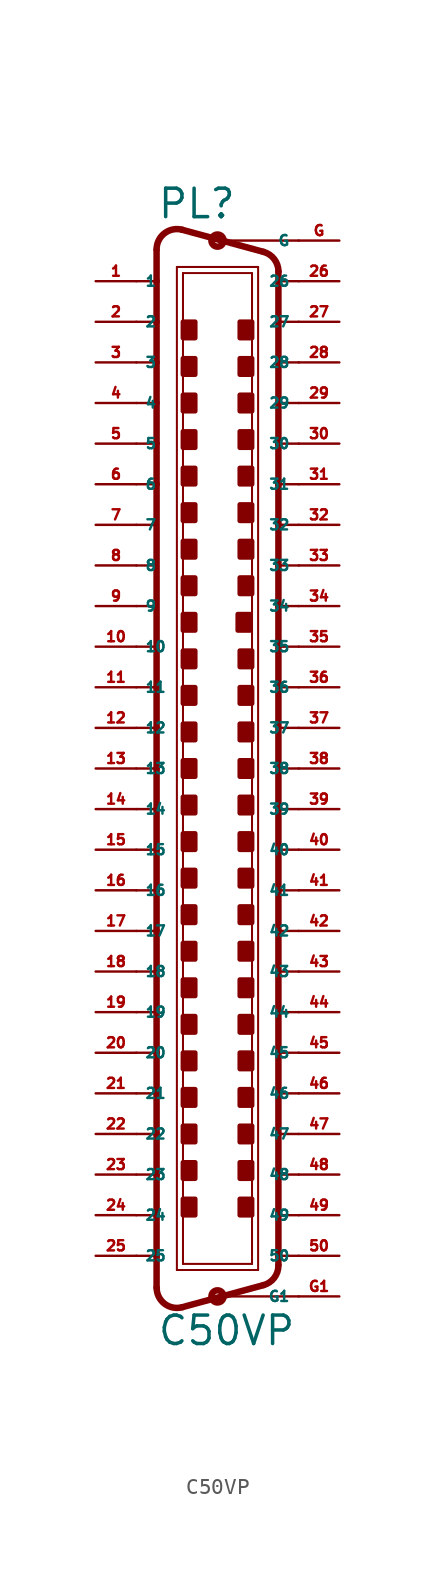
<source format=kicad_sym>
(kicad_symbol_lib
  (version 20220914)
  (generator Eagle2Kicad)
  (symbol "C50VP"
    (property "Reference" "PL"
      (at -3.81 34.29 0)
      (effects (font (size 1.778 1.778) (thickness 0.22)) (justify left bottom)))
    (property "Value" "C50VP"
      (at -3.81 -36.195 0)
      (effects (font (size 1.778 1.778) (thickness 0.22)) (justify left bottom)))
    (polyline
      (pts (xy -2.54 31.369) (xy 2.54 31.369))
      (stroke (width 0.127) (type default))
      (fill (type none)))
    (polyline
      (pts (xy -2.54 -31.369) (xy 2.54 -31.369))
      (stroke (width 0.127) (type default))
      (fill (type none)))
    (polyline
      (pts (xy -2.159 30.988) (xy 2.159 30.988))
      (stroke (width 0.127) (type default))
      (fill (type none)))
    (polyline
      (pts (xy 2.159 -30.988) (xy -2.159 -30.988))
      (stroke (width 0.127) (type default))
      (fill (type none)))
    (polyline
      (pts (xy 2.873 32.315) (xy -2.207 33.695))
      (stroke (width 0.406) (type default))
      (fill (type none)))
    (polyline
      (pts (xy 2.873 -32.315) (xy -2.207 -33.695))
      (stroke (width 0.406) (type default))
      (fill (type none)))
    (polyline
      (pts (xy -2.54 -31.369) (xy -2.54 31.369))
      (stroke (width 0.127) (type default))
      (fill (type none)))
    (polyline
      (pts (xy -3.81 32.424) (xy -3.81 30.48))
      (stroke (width 0.406) (type default))
      (fill (type none)))
    (polyline
      (pts (xy -3.81 30.48) (xy -3.81 27.94))
      (stroke (width 0.406) (type default))
      (fill (type none)))
    (polyline
      (pts (xy -3.81 27.94) (xy -3.81 25.4))
      (stroke (width 0.406) (type default))
      (fill (type none)))
    (polyline
      (pts (xy -3.81 25.4) (xy -3.81 22.86))
      (stroke (width 0.406) (type default))
      (fill (type none)))
    (polyline
      (pts (xy -3.81 22.86) (xy -3.81 20.32))
      (stroke (width 0.406) (type default))
      (fill (type none)))
    (polyline
      (pts (xy -3.81 20.32) (xy -3.81 17.78))
      (stroke (width 0.406) (type default))
      (fill (type none)))
    (polyline
      (pts (xy -3.81 17.78) (xy -3.81 5.08))
      (stroke (width 0.406) (type default))
      (fill (type none)))
    (polyline
      (pts (xy -3.81 5.08) (xy -3.81 2.54))
      (stroke (width 0.406) (type default))
      (fill (type none)))
    (polyline
      (pts (xy -3.81 2.54) (xy -3.81 0))
      (stroke (width 0.406) (type default))
      (fill (type none)))
    (polyline
      (pts (xy -3.81 0) (xy -3.81 -2.54))
      (stroke (width 0.406) (type default))
      (fill (type none)))
    (polyline
      (pts (xy -3.81 -2.54) (xy -3.81 -5.08))
      (stroke (width 0.406) (type default))
      (fill (type none)))
    (polyline
      (pts (xy -3.81 -5.08) (xy -3.81 -7.62))
      (stroke (width 0.406) (type default))
      (fill (type none)))
    (polyline
      (pts (xy -3.81 -7.62) (xy -3.81 -10.16))
      (stroke (width 0.406) (type default))
      (fill (type none)))
    (polyline
      (pts (xy -3.81 -10.16) (xy -3.81 -17.78))
      (stroke (width 0.406) (type default))
      (fill (type none)))
    (polyline
      (pts (xy -3.81 -17.78) (xy -3.81 -20.32))
      (stroke (width 0.406) (type default))
      (fill (type none)))
    (polyline
      (pts (xy -3.81 -20.32) (xy -3.81 -22.86))
      (stroke (width 0.406) (type default))
      (fill (type none)))
    (polyline
      (pts (xy -3.81 -22.86) (xy -3.81 -25.4))
      (stroke (width 0.406) (type default))
      (fill (type none)))
    (polyline
      (pts (xy -3.81 -25.4) (xy -3.81 -27.94))
      (stroke (width 0.406) (type default))
      (fill (type none)))
    (polyline
      (pts (xy -3.81 -27.94) (xy -3.81 -30.48))
      (stroke (width 0.406) (type default))
      (fill (type none)))
    (polyline
      (pts (xy -3.81 -30.48) (xy -3.81 -32.47))
      (stroke (width 0.406) (type default))
      (fill (type none)))
    (arc
      (start -3.81 -32.4698)
      (mid -3.311 -33.479)
      (end -2.207 -33.6954)
      (stroke (width 0.4064) (type default))
      (fill (type none)))
    (arc
      (start -2.207 33.6953)
      (mid -3.311 33.479)
      (end -3.81 32.4698)
      (stroke (width 0.4064) (type default))
      (fill (type none)))
    (polyline
      (pts (xy -2.159 -30.988) (xy -2.159 30.988))
      (stroke (width 0.127) (type default))
      (fill (type none)))
    (polyline
      (pts (xy 2.54 -31.369) (xy 2.54 31.369))
      (stroke (width 0.127) (type default))
      (fill (type none)))
    (polyline
      (pts (xy 3.81 -31.044) (xy 3.81 -30.48))
      (stroke (width 0.406) (type default))
      (fill (type none)))
    (polyline
      (pts (xy 3.81 -30.48) (xy 3.81 -27.94))
      (stroke (width 0.406) (type default))
      (fill (type none)))
    (polyline
      (pts (xy 3.81 -27.94) (xy 3.81 -25.4))
      (stroke (width 0.406) (type default))
      (fill (type none)))
    (polyline
      (pts (xy 3.81 -25.4) (xy 3.81 -22.86))
      (stroke (width 0.406) (type default))
      (fill (type none)))
    (polyline
      (pts (xy 3.81 -22.86) (xy 3.81 -20.32))
      (stroke (width 0.406) (type default))
      (fill (type none)))
    (polyline
      (pts (xy 3.81 -20.32) (xy 3.81 -17.78))
      (stroke (width 0.406) (type default))
      (fill (type none)))
    (polyline
      (pts (xy 3.81 -17.78) (xy 3.81 -10.16))
      (stroke (width 0.406) (type default))
      (fill (type none)))
    (polyline
      (pts (xy 3.81 -10.16) (xy 3.81 -7.62))
      (stroke (width 0.406) (type default))
      (fill (type none)))
    (polyline
      (pts (xy 3.81 -7.62) (xy 3.81 -5.08))
      (stroke (width 0.406) (type default))
      (fill (type none)))
    (polyline
      (pts (xy 3.81 -5.08) (xy 3.81 -2.54))
      (stroke (width 0.406) (type default))
      (fill (type none)))
    (polyline
      (pts (xy 3.81 -2.54) (xy 3.81 10.16))
      (stroke (width 0.406) (type default))
      (fill (type none)))
    (polyline
      (pts (xy 3.81 10.16) (xy 3.81 12.7))
      (stroke (width 0.406) (type default))
      (fill (type none)))
    (polyline
      (pts (xy 3.81 12.7) (xy 3.81 15.24))
      (stroke (width 0.406) (type default))
      (fill (type none)))
    (polyline
      (pts (xy 3.81 15.24) (xy 3.81 17.78))
      (stroke (width 0.406) (type default))
      (fill (type none)))
    (polyline
      (pts (xy 3.81 17.78) (xy 3.81 20.32))
      (stroke (width 0.406) (type default))
      (fill (type none)))
    (polyline
      (pts (xy 3.81 20.32) (xy 3.81 22.86))
      (stroke (width 0.406) (type default))
      (fill (type none)))
    (polyline
      (pts (xy 3.81 22.86) (xy 3.81 25.4))
      (stroke (width 0.406) (type default))
      (fill (type none)))
    (polyline
      (pts (xy 3.81 25.4) (xy 3.81 27.94))
      (stroke (width 0.406) (type default))
      (fill (type none)))
    (polyline
      (pts (xy 3.81 27.94) (xy 3.81 30.48))
      (stroke (width 0.406) (type default))
      (fill (type none)))
    (polyline
      (pts (xy 3.81 30.48) (xy 3.81 31.09))
      (stroke (width 0.406) (type default))
      (fill (type none)))
    (arc
      (start 2.873 -32.3151)
      (mid 3.549 -31.861)
      (end 3.81 -31.0896)
      (stroke (width 0.4064) (type default))
      (fill (type none)))
    (polyline
      (pts (xy 2.159 30.988) (xy 2.159 -30.988))
      (stroke (width 0.127) (type default))
      (fill (type none)))
    (arc
      (start 3.81 31.0896)
      (mid 3.549 31.861)
      (end 2.873 32.3152)
      (stroke (width 0.4064) (type default))
      (fill (type none)))
    (polyline
      (pts (xy -5.08 30.48) (xy -3.81 30.48))
      (stroke (width 0.152) (type default))
      (fill (type none)))
    (polyline
      (pts (xy -5.08 27.94) (xy -3.81 27.94))
      (stroke (width 0.152) (type default))
      (fill (type none)))
    (polyline
      (pts (xy -5.08 25.4) (xy -3.81 25.4))
      (stroke (width 0.152) (type default))
      (fill (type none)))
    (polyline
      (pts (xy -5.08 -22.86) (xy -3.81 -22.86))
      (stroke (width 0.152) (type default))
      (fill (type none)))
    (polyline
      (pts (xy -5.08 -25.4) (xy -3.81 -25.4))
      (stroke (width 0.152) (type default))
      (fill (type none)))
    (polyline
      (pts (xy -5.08 -27.94) (xy -3.81 -27.94))
      (stroke (width 0.152) (type default))
      (fill (type none)))
    (polyline
      (pts (xy -5.08 -30.48) (xy -3.81 -30.48))
      (stroke (width 0.152) (type default))
      (fill (type none)))
    (polyline
      (pts (xy 5.08 -30.48) (xy 3.81 -30.48))
      (stroke (width 0.152) (type default))
      (fill (type none)))
    (polyline
      (pts (xy 5.08 -27.94) (xy 3.81 -27.94))
      (stroke (width 0.152) (type default))
      (fill (type none)))
    (polyline
      (pts (xy 5.08 -25.4) (xy 3.81 -25.4))
      (stroke (width 0.152) (type default))
      (fill (type none)))
    (polyline
      (pts (xy 5.08 -22.86) (xy 3.81 -22.86))
      (stroke (width 0.152) (type default))
      (fill (type none)))
    (polyline
      (pts (xy 5.08 25.4) (xy 3.81 25.4))
      (stroke (width 0.152) (type default))
      (fill (type none)))
    (polyline
      (pts (xy 5.08 27.94) (xy 3.81 27.94))
      (stroke (width 0.152) (type default))
      (fill (type none)))
    (polyline
      (pts (xy 5.08 30.48) (xy 3.81 30.48))
      (stroke (width 0.152) (type default))
      (fill (type none)))
    (polyline
      (pts (xy 5.08 22.86) (xy 3.81 22.86))
      (stroke (width 0.152) (type default))
      (fill (type none)))
    (polyline
      (pts (xy 5.08 20.32) (xy 3.81 20.32))
      (stroke (width 0.152) (type default))
      (fill (type none)))
    (polyline
      (pts (xy 5.08 17.78) (xy 3.81 17.78))
      (stroke (width 0.152) (type default))
      (fill (type none)))
    (polyline
      (pts (xy 5.08 -17.78) (xy 3.81 -17.78))
      (stroke (width 0.152) (type default))
      (fill (type none)))
    (polyline
      (pts (xy 5.08 -20.32) (xy 3.81 -20.32))
      (stroke (width 0.152) (type default))
      (fill (type none)))
    (polyline
      (pts (xy -3.81 22.86) (xy -5.08 22.86))
      (stroke (width 0.152) (type default))
      (fill (type none)))
    (polyline
      (pts (xy -3.81 20.32) (xy -5.08 20.32))
      (stroke (width 0.152) (type default))
      (fill (type none)))
    (polyline
      (pts (xy -3.81 17.78) (xy -5.08 17.78))
      (stroke (width 0.152) (type default))
      (fill (type none)))
    (polyline
      (pts (xy -3.81 -17.78) (xy -5.08 -17.78))
      (stroke (width 0.152) (type default))
      (fill (type none)))
    (polyline
      (pts (xy -3.81 -20.32) (xy -5.08 -20.32))
      (stroke (width 0.152) (type default))
      (fill (type none)))
    (polyline
      (pts (xy -5.08 10.16) (xy -3.81 10.16))
      (stroke (width 0.152) (type default))
      (fill (type none)))
    (polyline
      (pts (xy -5.08 7.62) (xy -3.81 7.62))
      (stroke (width 0.152) (type default))
      (fill (type none)))
    (polyline
      (pts (xy -5.08 -12.7) (xy -3.81 -12.7))
      (stroke (width 0.152) (type default))
      (fill (type none)))
    (polyline
      (pts (xy -5.08 -15.24) (xy -3.81 -15.24))
      (stroke (width 0.152) (type default))
      (fill (type none)))
    (polyline
      (pts (xy -3.81 15.24) (xy -5.08 15.24))
      (stroke (width 0.152) (type default))
      (fill (type none)))
    (polyline
      (pts (xy -3.81 12.7) (xy -5.08 12.7))
      (stroke (width 0.152) (type default))
      (fill (type none)))
    (polyline
      (pts (xy 5.08 0) (xy 3.81 0))
      (stroke (width 0.152) (type default))
      (fill (type none)))
    (polyline
      (pts (xy 5.08 2.54) (xy 3.81 2.54))
      (stroke (width 0.152) (type default))
      (fill (type none)))
    (polyline
      (pts (xy 5.08 5.08) (xy 3.81 5.08))
      (stroke (width 0.152) (type default))
      (fill (type none)))
    (polyline
      (pts (xy 5.08 7.62) (xy 3.81 7.62))
      (stroke (width 0.152) (type default))
      (fill (type none)))
    (polyline
      (pts (xy 3.81 -15.24) (xy 5.08 -15.24))
      (stroke (width 0.152) (type default))
      (fill (type none)))
    (polyline
      (pts (xy 3.81 -12.7) (xy 5.08 -12.7))
      (stroke (width 0.152) (type default))
      (fill (type none)))
    (polyline
      (pts (xy 5.08 33.02) (xy 0 33.02))
      (stroke (width 0.152) (type default))
      (fill (type none)))
    (polyline
      (pts (xy -5.08 5.08) (xy -3.81 5.08))
      (stroke (width 0.152) (type default))
      (fill (type none)))
    (polyline
      (pts (xy -5.08 2.54) (xy -3.81 2.54))
      (stroke (width 0.152) (type default))
      (fill (type none)))
    (polyline
      (pts (xy -5.08 0) (xy -3.81 0))
      (stroke (width 0.152) (type default))
      (fill (type none)))
    (polyline
      (pts (xy -5.08 -2.54) (xy -3.81 -2.54))
      (stroke (width 0.152) (type default))
      (fill (type none)))
    (polyline
      (pts (xy -5.08 -5.08) (xy -3.81 -5.08))
      (stroke (width 0.152) (type default))
      (fill (type none)))
    (polyline
      (pts (xy -5.08 -7.62) (xy -3.81 -7.62))
      (stroke (width 0.152) (type default))
      (fill (type none)))
    (polyline
      (pts (xy 5.08 -2.54) (xy 3.81 -2.54))
      (stroke (width 0.152) (type default))
      (fill (type none)))
    (polyline
      (pts (xy 5.08 -5.08) (xy 3.81 -5.08))
      (stroke (width 0.152) (type default))
      (fill (type none)))
    (polyline
      (pts (xy 5.08 -7.62) (xy 3.81 -7.62))
      (stroke (width 0.152) (type default))
      (fill (type none)))
    (polyline
      (pts (xy 5.08 -10.16) (xy 3.81 -10.16))
      (stroke (width 0.152) (type default))
      (fill (type none)))
    (polyline
      (pts (xy -5.08 -10.16) (xy -3.81 -10.16))
      (stroke (width 0.152) (type default))
      (fill (type none)))
    (polyline
      (pts (xy 5.08 -33.02) (xy 0 -33.02))
      (stroke (width 0.152) (type default))
      (fill (type none)))
    (polyline
      (pts (xy 5.08 10.16) (xy 3.81 10.16))
      (stroke (width 0.152) (type default))
      (fill (type none)))
    (polyline
      (pts (xy 5.08 12.7) (xy 3.81 12.7))
      (stroke (width 0.152) (type default))
      (fill (type none)))
    (polyline
      (pts (xy 5.08 15.24) (xy 3.81 15.24))
      (stroke (width 0.152) (type default))
      (fill (type none)))
    (circle
      (center 0 33.02)
      (radius 0.381)
      (stroke (width 0.406) (type default))
      (fill (type none)))
    (circle
      (center 0 -33.02)
      (radius 0.381)
      (stroke (width 0.406) (type default))
      (fill (type none)))
    (rectangle
      (start -2.159 26.924)
      (end -1.397 27.94)
      (stroke (width 0.3) (type default))
      (fill (type outline)))
    (rectangle
      (start -2.159 24.638)
      (end -1.397 25.654)
      (stroke (width 0.3) (type default))
      (fill (type outline)))
    (rectangle
      (start 1.397 26.924)
      (end 2.159 27.94)
      (stroke (width 0.3) (type default))
      (fill (type outline)))
    (rectangle
      (start 1.397 24.638)
      (end 2.159 25.654)
      (stroke (width 0.3) (type default))
      (fill (type outline)))
    (rectangle
      (start -2.159 22.352)
      (end -1.397 23.368)
      (stroke (width 0.3) (type default))
      (fill (type outline)))
    (rectangle
      (start -2.159 20.066)
      (end -1.397 21.082)
      (stroke (width 0.3) (type default))
      (fill (type outline)))
    (rectangle
      (start 1.397 22.352)
      (end 2.159 23.368)
      (stroke (width 0.3) (type default))
      (fill (type outline)))
    (rectangle
      (start 1.397 20.066)
      (end 2.159 21.082)
      (stroke (width 0.3) (type default))
      (fill (type outline)))
    (rectangle
      (start -2.159 17.78)
      (end -1.397 18.796)
      (stroke (width 0.3) (type default))
      (fill (type outline)))
    (rectangle
      (start -2.159 -21.082)
      (end -1.397 -20.066)
      (stroke (width 0.3) (type default))
      (fill (type outline)))
    (rectangle
      (start 1.397 -21.082)
      (end 2.159 -20.066)
      (stroke (width 0.3) (type default))
      (fill (type outline)))
    (rectangle
      (start 1.397 -23.368)
      (end 2.159 -22.352)
      (stroke (width 0.3) (type default))
      (fill (type outline)))
    (rectangle
      (start -2.159 -23.368)
      (end -1.397 -22.352)
      (stroke (width 0.3) (type default))
      (fill (type outline)))
    (rectangle
      (start -2.159 -25.654)
      (end -1.397 -24.638)
      (stroke (width 0.3) (type default))
      (fill (type outline)))
    (rectangle
      (start 1.397 -18.796)
      (end 2.159 -17.78)
      (stroke (width 0.3) (type default))
      (fill (type outline)))
    (rectangle
      (start 1.397 -25.654)
      (end 2.159 -24.638)
      (stroke (width 0.3) (type default))
      (fill (type outline)))
    (rectangle
      (start -2.159 -27.94)
      (end -1.397 -26.924)
      (stroke (width 0.3) (type default))
      (fill (type outline)))
    (rectangle
      (start 1.397 -27.94)
      (end 2.159 -26.924)
      (stroke (width 0.3) (type default))
      (fill (type outline)))
    (rectangle
      (start -2.159 15.494)
      (end -1.397 16.51)
      (stroke (width 0.3) (type default))
      (fill (type outline)))
    (rectangle
      (start -2.159 -16.51)
      (end -1.397 -15.494)
      (stroke (width 0.3) (type default))
      (fill (type outline)))
    (rectangle
      (start -2.159 -18.796)
      (end -1.397 -17.78)
      (stroke (width 0.3) (type default))
      (fill (type outline)))
    (rectangle
      (start 1.397 -16.51)
      (end 2.159 -15.494)
      (stroke (width 0.3) (type default))
      (fill (type outline)))
    (rectangle
      (start 1.397 15.494)
      (end 2.159 16.51)
      (stroke (width 0.3) (type default))
      (fill (type outline)))
    (rectangle
      (start 1.397 17.78)
      (end 2.159 18.796)
      (stroke (width 0.3) (type default))
      (fill (type outline)))
    (rectangle
      (start -2.159 6.35)
      (end -1.397 7.366)
      (stroke (width 0.3) (type default))
      (fill (type outline)))
    (rectangle
      (start -2.159 4.064)
      (end -1.397 5.08)
      (stroke (width 0.3) (type default))
      (fill (type outline)))
    (rectangle
      (start -2.159 1.778)
      (end -1.397 2.794)
      (stroke (width 0.3) (type default))
      (fill (type outline)))
    (rectangle
      (start -2.159 -0.508)
      (end -1.397 0.508)
      (stroke (width 0.3) (type default))
      (fill (type outline)))
    (rectangle
      (start -2.159 -11.938)
      (end -1.397 -10.922)
      (stroke (width 0.3) (type default))
      (fill (type outline)))
    (rectangle
      (start -2.159 -14.224)
      (end -1.397 -13.208)
      (stroke (width 0.3) (type default))
      (fill (type outline)))
    (rectangle
      (start 1.397 6.35)
      (end 2.159 7.366)
      (stroke (width 0.3) (type default))
      (fill (type outline)))
    (rectangle
      (start 1.397 4.064)
      (end 2.159 5.08)
      (stroke (width 0.3) (type default))
      (fill (type outline)))
    (rectangle
      (start 1.397 1.778)
      (end 2.159 2.794)
      (stroke (width 0.3) (type default))
      (fill (type outline)))
    (rectangle
      (start 1.397 -0.508)
      (end 2.159 0.508)
      (stroke (width 0.3) (type default))
      (fill (type outline)))
    (rectangle
      (start 1.397 -11.938)
      (end 2.159 -10.922)
      (stroke (width 0.3) (type default))
      (fill (type outline)))
    (rectangle
      (start 1.397 -14.224)
      (end 2.159 -13.208)
      (stroke (width 0.3) (type default))
      (fill (type outline)))
    (rectangle
      (start -2.159 13.208)
      (end -1.397 14.224)
      (stroke (width 0.3) (type default))
      (fill (type outline)))
    (rectangle
      (start 1.397 13.208)
      (end 2.159 14.224)
      (stroke (width 0.3) (type default))
      (fill (type outline)))
    (rectangle
      (start -2.159 10.922)
      (end -1.397 11.938)
      (stroke (width 0.3) (type default))
      (fill (type outline)))
    (rectangle
      (start 1.397 10.922)
      (end 2.159 11.938)
      (stroke (width 0.3) (type default))
      (fill (type outline)))
    (rectangle
      (start -2.159 8.636)
      (end -1.397 9.652)
      (stroke (width 0.3) (type default))
      (fill (type outline)))
    (rectangle
      (start 1.27 8.636)
      (end 2.032 9.652)
      (stroke (width 0.3) (type default))
      (fill (type outline)))
    (rectangle
      (start -2.159 -2.794)
      (end -1.397 -1.778)
      (stroke (width 0.3) (type default))
      (fill (type outline)))
    (rectangle
      (start -2.159 -5.08)
      (end -1.397 -4.064)
      (stroke (width 0.3) (type default))
      (fill (type outline)))
    (rectangle
      (start -2.159 -7.366)
      (end -1.397 -6.35)
      (stroke (width 0.3) (type default))
      (fill (type outline)))
    (rectangle
      (start -2.159 -9.652)
      (end -1.397 -8.636)
      (stroke (width 0.3) (type default))
      (fill (type outline)))
    (rectangle
      (start 1.397 -2.794)
      (end 2.159 -1.778)
      (stroke (width 0.3) (type default))
      (fill (type outline)))
    (rectangle
      (start 1.397 -5.08)
      (end 2.159 -4.064)
      (stroke (width 0.3) (type default))
      (fill (type outline)))
    (rectangle
      (start 1.397 -7.366)
      (end 2.159 -6.35)
      (stroke (width 0.3) (type default))
      (fill (type outline)))
    (rectangle
      (start 1.397 -9.652)
      (end 2.159 -8.636)
      (stroke (width 0.3) (type default))
      (fill (type outline)))
    (pin passive line
      (at 7.62 33.02 180)
      (length 2.54)
      (name "G" (effects (font (size 0.635 0.635) (thickness 0.08)) (justify left bottom)))
      (number "G" (effects (font (size 0.635 0.635) (thickness 0.08)) (justify left bottom))))
    (pin passive line
      (at 7.62 -33.02 180)
      (length 2.54)
      (name "G1" (effects (font (size 0.635 0.635) (thickness 0.08)) (justify left bottom)))
      (number "G1" (effects (font (size 0.635 0.635) (thickness 0.08)) (justify left bottom))))
    (pin passive line
      (at -7.62 30.48 0)
      (length 2.54)
      (name "1" (effects (font (size 0.635 0.635) (thickness 0.08)) (justify left bottom)))
      (number "1" (effects (font (size 0.635 0.635) (thickness 0.08)) (justify left bottom))))
    (pin passive line
      (at -7.62 27.94 0)
      (length 2.54)
      (name "2" (effects (font (size 0.635 0.635) (thickness 0.08)) (justify left bottom)))
      (number "2" (effects (font (size 0.635 0.635) (thickness 0.08)) (justify left bottom))))
    (pin passive line
      (at -7.62 25.4 0)
      (length 2.54)
      (name "3" (effects (font (size 0.635 0.635) (thickness 0.08)) (justify left bottom)))
      (number "3" (effects (font (size 0.635 0.635) (thickness 0.08)) (justify left bottom))))
    (pin passive line
      (at -7.62 22.86 0)
      (length 2.54)
      (name "4" (effects (font (size 0.635 0.635) (thickness 0.08)) (justify left bottom)))
      (number "4" (effects (font (size 0.635 0.635) (thickness 0.08)) (justify left bottom))))
    (pin passive line
      (at -7.62 20.32 0)
      (length 2.54)
      (name "5" (effects (font (size 0.635 0.635) (thickness 0.08)) (justify left bottom)))
      (number "5" (effects (font (size 0.635 0.635) (thickness 0.08)) (justify left bottom))))
    (pin passive line
      (at -7.62 17.78 0)
      (length 2.54)
      (name "6" (effects (font (size 0.635 0.635) (thickness 0.08)) (justify left bottom)))
      (number "6" (effects (font (size 0.635 0.635) (thickness 0.08)) (justify left bottom))))
    (pin passive line
      (at -7.62 15.24 0)
      (length 2.54)
      (name "7" (effects (font (size 0.635 0.635) (thickness 0.08)) (justify left bottom)))
      (number "7" (effects (font (size 0.635 0.635) (thickness 0.08)) (justify left bottom))))
    (pin passive line
      (at -7.62 12.7 0)
      (length 2.54)
      (name "8" (effects (font (size 0.635 0.635) (thickness 0.08)) (justify left bottom)))
      (number "8" (effects (font (size 0.635 0.635) (thickness 0.08)) (justify left bottom))))
    (pin passive line
      (at -7.62 10.16 0)
      (length 2.54)
      (name "9" (effects (font (size 0.635 0.635) (thickness 0.08)) (justify left bottom)))
      (number "9" (effects (font (size 0.635 0.635) (thickness 0.08)) (justify left bottom))))
    (pin passive line
      (at -7.62 7.62 0)
      (length 2.54)
      (name "10" (effects (font (size 0.635 0.635) (thickness 0.08)) (justify left bottom)))
      (number "10" (effects (font (size 0.635 0.635) (thickness 0.08)) (justify left bottom))))
    (pin passive line
      (at -7.62 5.08 0)
      (length 2.54)
      (name "11" (effects (font (size 0.635 0.635) (thickness 0.08)) (justify left bottom)))
      (number "11" (effects (font (size 0.635 0.635) (thickness 0.08)) (justify left bottom))))
    (pin passive line
      (at -7.62 2.54 0)
      (length 2.54)
      (name "12" (effects (font (size 0.635 0.635) (thickness 0.08)) (justify left bottom)))
      (number "12" (effects (font (size 0.635 0.635) (thickness 0.08)) (justify left bottom))))
    (pin passive line
      (at -7.62 0 0)
      (length 2.54)
      (name "13" (effects (font (size 0.635 0.635) (thickness 0.08)) (justify left bottom)))
      (number "13" (effects (font (size 0.635 0.635) (thickness 0.08)) (justify left bottom))))
    (pin passive line
      (at -7.62 -2.54 0)
      (length 2.54)
      (name "14" (effects (font (size 0.635 0.635) (thickness 0.08)) (justify left bottom)))
      (number "14" (effects (font (size 0.635 0.635) (thickness 0.08)) (justify left bottom))))
    (pin passive line
      (at -7.62 -5.08 0)
      (length 2.54)
      (name "15" (effects (font (size 0.635 0.635) (thickness 0.08)) (justify left bottom)))
      (number "15" (effects (font (size 0.635 0.635) (thickness 0.08)) (justify left bottom))))
    (pin passive line
      (at -7.62 -7.62 0)
      (length 2.54)
      (name "16" (effects (font (size 0.635 0.635) (thickness 0.08)) (justify left bottom)))
      (number "16" (effects (font (size 0.635 0.635) (thickness 0.08)) (justify left bottom))))
    (pin passive line
      (at -7.62 -10.16 0)
      (length 2.54)
      (name "17" (effects (font (size 0.635 0.635) (thickness 0.08)) (justify left bottom)))
      (number "17" (effects (font (size 0.635 0.635) (thickness 0.08)) (justify left bottom))))
    (pin passive line
      (at -7.62 -12.7 0)
      (length 2.54)
      (name "18" (effects (font (size 0.635 0.635) (thickness 0.08)) (justify left bottom)))
      (number "18" (effects (font (size 0.635 0.635) (thickness 0.08)) (justify left bottom))))
    (pin passive line
      (at -7.62 -15.24 0)
      (length 2.54)
      (name "19" (effects (font (size 0.635 0.635) (thickness 0.08)) (justify left bottom)))
      (number "19" (effects (font (size 0.635 0.635) (thickness 0.08)) (justify left bottom))))
    (pin passive line
      (at -7.62 -17.78 0)
      (length 2.54)
      (name "20" (effects (font (size 0.635 0.635) (thickness 0.08)) (justify left bottom)))
      (number "20" (effects (font (size 0.635 0.635) (thickness 0.08)) (justify left bottom))))
    (pin passive line
      (at -7.62 -20.32 0)
      (length 2.54)
      (name "21" (effects (font (size 0.635 0.635) (thickness 0.08)) (justify left bottom)))
      (number "21" (effects (font (size 0.635 0.635) (thickness 0.08)) (justify left bottom))))
    (pin passive line
      (at -7.62 -22.86 0)
      (length 2.54)
      (name "22" (effects (font (size 0.635 0.635) (thickness 0.08)) (justify left bottom)))
      (number "22" (effects (font (size 0.635 0.635) (thickness 0.08)) (justify left bottom))))
    (pin passive line
      (at -7.62 -25.4 0)
      (length 2.54)
      (name "23" (effects (font (size 0.635 0.635) (thickness 0.08)) (justify left bottom)))
      (number "23" (effects (font (size 0.635 0.635) (thickness 0.08)) (justify left bottom))))
    (pin passive line
      (at -7.62 -27.94 0)
      (length 2.54)
      (name "24" (effects (font (size 0.635 0.635) (thickness 0.08)) (justify left bottom)))
      (number "24" (effects (font (size 0.635 0.635) (thickness 0.08)) (justify left bottom))))
    (pin passive line
      (at -7.62 -30.48 0)
      (length 2.54)
      (name "25" (effects (font (size 0.635 0.635) (thickness 0.08)) (justify left bottom)))
      (number "25" (effects (font (size 0.635 0.635) (thickness 0.08)) (justify left bottom))))
    (pin passive line
      (at 7.62 30.48 180)
      (length 2.54)
      (name "26" (effects (font (size 0.635 0.635) (thickness 0.08)) (justify left bottom)))
      (number "26" (effects (font (size 0.635 0.635) (thickness 0.08)) (justify left bottom))))
    (pin passive line
      (at 7.62 27.94 180)
      (length 2.54)
      (name "27" (effects (font (size 0.635 0.635) (thickness 0.08)) (justify left bottom)))
      (number "27" (effects (font (size 0.635 0.635) (thickness 0.08)) (justify left bottom))))
    (pin passive line
      (at 7.62 25.4 180)
      (length 2.54)
      (name "28" (effects (font (size 0.635 0.635) (thickness 0.08)) (justify left bottom)))
      (number "28" (effects (font (size 0.635 0.635) (thickness 0.08)) (justify left bottom))))
    (pin passive line
      (at 7.62 22.86 180)
      (length 2.54)
      (name "29" (effects (font (size 0.635 0.635) (thickness 0.08)) (justify left bottom)))
      (number "29" (effects (font (size 0.635 0.635) (thickness 0.08)) (justify left bottom))))
    (pin passive line
      (at 7.62 20.32 180)
      (length 2.54)
      (name "30" (effects (font (size 0.635 0.635) (thickness 0.08)) (justify left bottom)))
      (number "30" (effects (font (size 0.635 0.635) (thickness 0.08)) (justify left bottom))))
    (pin passive line
      (at 7.62 17.78 180)
      (length 2.54)
      (name "31" (effects (font (size 0.635 0.635) (thickness 0.08)) (justify left bottom)))
      (number "31" (effects (font (size 0.635 0.635) (thickness 0.08)) (justify left bottom))))
    (pin passive line
      (at 7.62 15.24 180)
      (length 2.54)
      (name "32" (effects (font (size 0.635 0.635) (thickness 0.08)) (justify left bottom)))
      (number "32" (effects (font (size 0.635 0.635) (thickness 0.08)) (justify left bottom))))
    (pin passive line
      (at 7.62 12.7 180)
      (length 2.54)
      (name "33" (effects (font (size 0.635 0.635) (thickness 0.08)) (justify left bottom)))
      (number "33" (effects (font (size 0.635 0.635) (thickness 0.08)) (justify left bottom))))
    (pin passive line
      (at 7.62 10.16 180)
      (length 2.54)
      (name "34" (effects (font (size 0.635 0.635) (thickness 0.08)) (justify left bottom)))
      (number "34" (effects (font (size 0.635 0.635) (thickness 0.08)) (justify left bottom))))
    (pin passive line
      (at 7.62 7.62 180)
      (length 2.54)
      (name "35" (effects (font (size 0.635 0.635) (thickness 0.08)) (justify left bottom)))
      (number "35" (effects (font (size 0.635 0.635) (thickness 0.08)) (justify left bottom))))
    (pin passive line
      (at 7.62 5.08 180)
      (length 2.54)
      (name "36" (effects (font (size 0.635 0.635) (thickness 0.08)) (justify left bottom)))
      (number "36" (effects (font (size 0.635 0.635) (thickness 0.08)) (justify left bottom))))
    (pin passive line
      (at 7.62 2.54 180)
      (length 2.54)
      (name "37" (effects (font (size 0.635 0.635) (thickness 0.08)) (justify left bottom)))
      (number "37" (effects (font (size 0.635 0.635) (thickness 0.08)) (justify left bottom))))
    (pin passive line
      (at 7.62 0 180)
      (length 2.54)
      (name "38" (effects (font (size 0.635 0.635) (thickness 0.08)) (justify left bottom)))
      (number "38" (effects (font (size 0.635 0.635) (thickness 0.08)) (justify left bottom))))
    (pin passive line
      (at 7.62 -2.54 180)
      (length 2.54)
      (name "39" (effects (font (size 0.635 0.635) (thickness 0.08)) (justify left bottom)))
      (number "39" (effects (font (size 0.635 0.635) (thickness 0.08)) (justify left bottom))))
    (pin passive line
      (at 7.62 -5.08 180)
      (length 2.54)
      (name "40" (effects (font (size 0.635 0.635) (thickness 0.08)) (justify left bottom)))
      (number "40" (effects (font (size 0.635 0.635) (thickness 0.08)) (justify left bottom))))
    (pin passive line
      (at 7.62 -7.62 180)
      (length 2.54)
      (name "41" (effects (font (size 0.635 0.635) (thickness 0.08)) (justify left bottom)))
      (number "41" (effects (font (size 0.635 0.635) (thickness 0.08)) (justify left bottom))))
    (pin passive line
      (at 7.62 -10.16 180)
      (length 2.54)
      (name "42" (effects (font (size 0.635 0.635) (thickness 0.08)) (justify left bottom)))
      (number "42" (effects (font (size 0.635 0.635) (thickness 0.08)) (justify left bottom))))
    (pin passive line
      (at 7.62 -12.7 180)
      (length 2.54)
      (name "43" (effects (font (size 0.635 0.635) (thickness 0.08)) (justify left bottom)))
      (number "43" (effects (font (size 0.635 0.635) (thickness 0.08)) (justify left bottom))))
    (pin passive line
      (at 7.62 -15.24 180)
      (length 2.54)
      (name "44" (effects (font (size 0.635 0.635) (thickness 0.08)) (justify left bottom)))
      (number "44" (effects (font (size 0.635 0.635) (thickness 0.08)) (justify left bottom))))
    (pin passive line
      (at 7.62 -17.78 180)
      (length 2.54)
      (name "45" (effects (font (size 0.635 0.635) (thickness 0.08)) (justify left bottom)))
      (number "45" (effects (font (size 0.635 0.635) (thickness 0.08)) (justify left bottom))))
    (pin passive line
      (at 7.62 -20.32 180)
      (length 2.54)
      (name "46" (effects (font (size 0.635 0.635) (thickness 0.08)) (justify left bottom)))
      (number "46" (effects (font (size 0.635 0.635) (thickness 0.08)) (justify left bottom))))
    (pin passive line
      (at 7.62 -22.86 180)
      (length 2.54)
      (name "47" (effects (font (size 0.635 0.635) (thickness 0.08)) (justify left bottom)))
      (number "47" (effects (font (size 0.635 0.635) (thickness 0.08)) (justify left bottom))))
    (pin passive line
      (at 7.62 -25.4 180)
      (length 2.54)
      (name "48" (effects (font (size 0.635 0.635) (thickness 0.08)) (justify left bottom)))
      (number "48" (effects (font (size 0.635 0.635) (thickness 0.08)) (justify left bottom))))
    (pin passive line
      (at 7.62 -27.94 180)
      (length 2.54)
      (name "49" (effects (font (size 0.635 0.635) (thickness 0.08)) (justify left bottom)))
      (number "49" (effects (font (size 0.635 0.635) (thickness 0.08)) (justify left bottom))))
    (pin passive line
      (at 7.62 -30.48 180)
      (length 2.54)
      (name "50" (effects (font (size 0.635 0.635) (thickness 0.08)) (justify left bottom)))
      (number "50" (effects (font (size 0.635 0.635) (thickness 0.08)) (justify left bottom))))))
</source>
